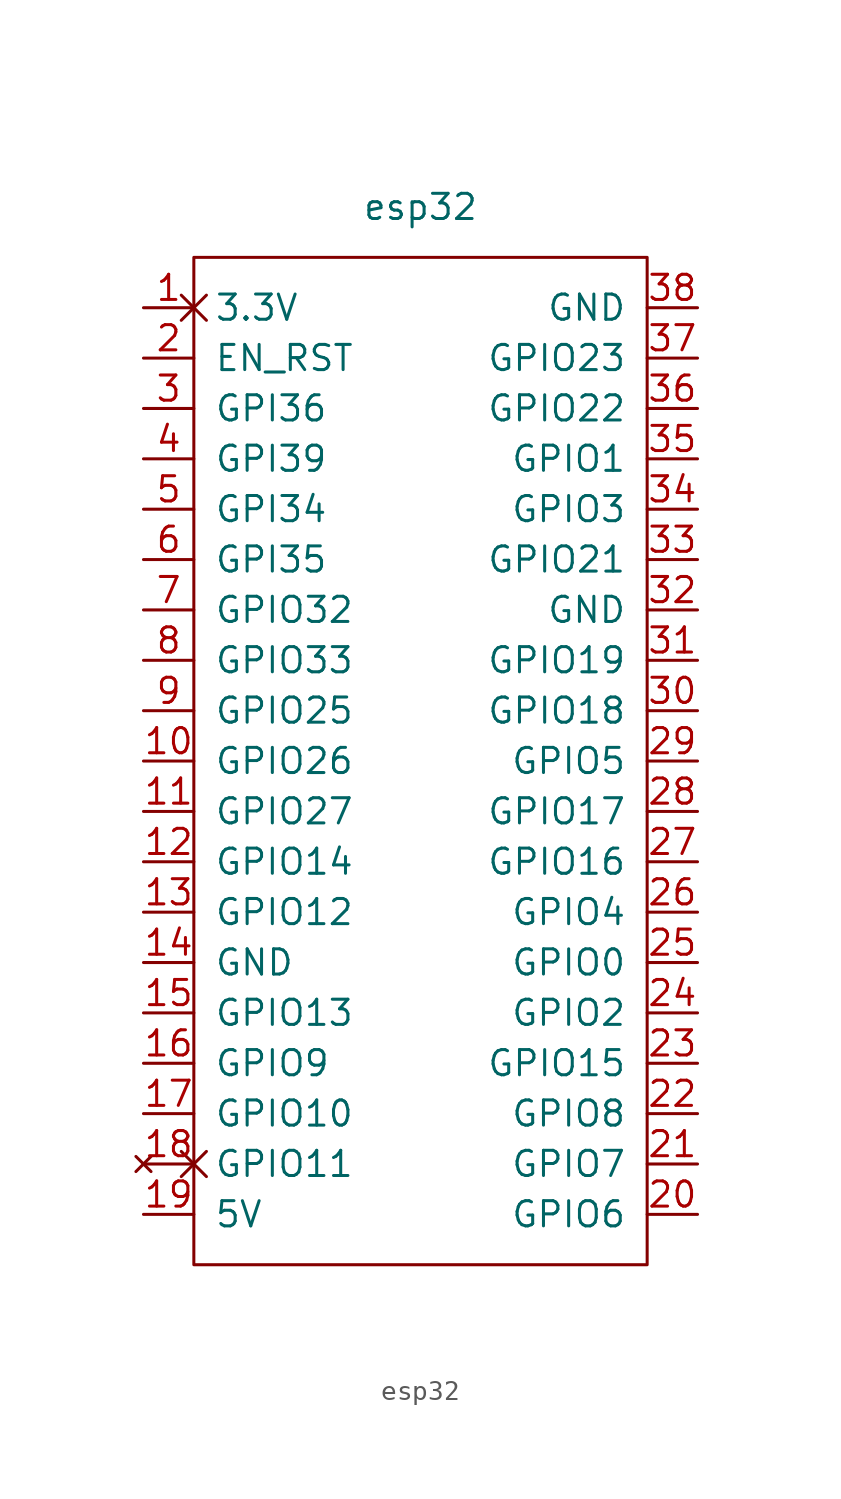
<source format=kicad_sym>
(kicad_symbol_lib
  (version 20211014)
  (generator kicad_symbol_editor)
  (symbol "esp32"
    (pin_names
      (offset 1.016))
    (property "Reference" "U3"
      (at 8.89 12.7 0)
      (effects (font (size 1.27 1.27)) hide))
    (property "Value" "esp32"
      (at 8.89 10.16 0)
      (effects (font (size 1.27 1.27))))
    (symbol "esp32_0_1"
      (rectangle (start -2.54 7.62) (end 20.32 -43.18) (stroke (width 0) (type default) (color 0 0 0 0)) (fill (type none))))
    (symbol "esp32_1_1"
      (pin power_out non_logic (at -5.08 5.08 0) (length 2.54) (name "3.3V" (effects (font (size 1.27 1.27)))) (number "1" (effects (font (size 1.27 1.27)))))
      (pin bidirectional line (at -5.08 -17.78 0) (length 2.54) (name "GPIO26" (effects (font (size 1.27 1.27)))) (number "10" (effects (font (size 1.27 1.27)))))
      (pin bidirectional line (at -5.08 -20.32 0) (length 2.54) (name "GPIO27" (effects (font (size 1.27 1.27)))) (number "11" (effects (font (size 1.27 1.27)))))
      (pin bidirectional line (at -5.08 -22.86 0) (length 2.54) (name "GPIO14" (effects (font (size 1.27 1.27)))) (number "12" (effects (font (size 1.27 1.27)))))
      (pin bidirectional line (at -5.08 -25.4 0) (length 2.54) (name "GPIO12" (effects (font (size 1.27 1.27)))) (number "13" (effects (font (size 1.27 1.27)))))
      (pin power_in line (at -5.08 -27.94 0) (length 2.54) (name "GND" (effects (font (size 1.27 1.27)))) (number "14" (effects (font (size 1.27 1.27)))))
      (pin bidirectional line (at -5.08 -30.48 0) (length 2.54) (name "GPIO13" (effects (font (size 1.27 1.27)))) (number "15" (effects (font (size 1.27 1.27)))))
      (pin bidirectional line (at -5.08 -33.02 0) (length 2.54) (name "GPIO9" (effects (font (size 1.27 1.27)))) (number "16" (effects (font (size 1.27 1.27)))))
      (pin bidirectional line (at -5.08 -35.56 0) (length 2.54) (name "GPIO10" (effects (font (size 1.27 1.27)))) (number "17" (effects (font (size 1.27 1.27)))))
      (pin no_connect non_logic (at -5.08 -38.1 0) (length 2.54) (name "GPIO11" (effects (font (size 1.27 1.27)))) (number "18" (effects (font (size 1.27 1.27)))))
      (pin power_in line (at -5.08 -40.64 0) (length 2.54) (name "5V" (effects (font (size 1.27 1.27)))) (number "19" (effects (font (size 1.27 1.27)))))
      (pin bidirectional line (at -5.08 2.54 0) (length 2.54) (name "EN_RST" (effects (font (size 1.27 1.27)))) (number "2" (effects (font (size 1.27 1.27)))))
      (pin bidirectional line (at 22.86 -40.64 180) (length 2.54) (name "GPIO6" (effects (font (size 1.27 1.27)))) (number "20" (effects (font (size 1.27 1.27)))))
      (pin bidirectional line (at 22.86 -38.1 180) (length 2.54) (name "GPIO7" (effects (font (size 1.27 1.27)))) (number "21" (effects (font (size 1.27 1.27)))))
      (pin bidirectional line (at 22.86 -35.56 180) (length 2.54) (name "GPIO8" (effects (font (size 1.27 1.27)))) (number "22" (effects (font (size 1.27 1.27)))))
      (pin bidirectional line (at 22.86 -33.02 180) (length 2.54) (name "GPIO15" (effects (font (size 1.27 1.27)))) (number "23" (effects (font (size 1.27 1.27)))))
      (pin bidirectional line (at 22.86 -30.48 180) (length 2.54) (name "GPIO2" (effects (font (size 1.27 1.27)))) (number "24" (effects (font (size 1.27 1.27)))))
      (pin bidirectional line (at 22.86 -27.94 180) (length 2.54) (name "GPIO0" (effects (font (size 1.27 1.27)))) (number "25" (effects (font (size 1.27 1.27)))))
      (pin bidirectional line (at 22.86 -25.4 180) (length 2.54) (name "GPIO4" (effects (font (size 1.27 1.27)))) (number "26" (effects (font (size 1.27 1.27)))))
      (pin bidirectional line (at 22.86 -22.86 180) (length 2.54) (name "GPIO16" (effects (font (size 1.27 1.27)))) (number "27" (effects (font (size 1.27 1.27)))))
      (pin bidirectional line (at 22.86 -20.32 180) (length 2.54) (name "GPIO17" (effects (font (size 1.27 1.27)))) (number "28" (effects (font (size 1.27 1.27)))))
      (pin bidirectional line (at 22.86 -17.78 180) (length 2.54) (name "GPIO5" (effects (font (size 1.27 1.27)))) (number "29" (effects (font (size 1.27 1.27)))))
      (pin input line (at -5.08 0 0) (length 2.54) (name "GPI36" (effects (font (size 1.27 1.27)))) (number "3" (effects (font (size 1.27 1.27)))))
      (pin bidirectional line (at 22.86 -15.24 180) (length 2.54) (name "GPIO18" (effects (font (size 1.27 1.27)))) (number "30" (effects (font (size 1.27 1.27)))))
      (pin bidirectional line (at 22.86 -12.7 180) (length 2.54) (name "GPIO19" (effects (font (size 1.27 1.27)))) (number "31" (effects (font (size 1.27 1.27)))))
      (pin tri_state line (at 22.86 -10.16 180) (length 2.54) (name "GND" (effects (font (size 1.27 1.27)))) (number "32" (effects (font (size 1.27 1.27)))))
      (pin bidirectional line (at 22.86 -7.62 180) (length 2.54) (name "GPIO21" (effects (font (size 1.27 1.27)))) (number "33" (effects (font (size 1.27 1.27)))))
      (pin bidirectional line (at 22.86 -5.08 180) (length 2.54) (name "GPIO3" (effects (font (size 1.27 1.27)))) (number "34" (effects (font (size 1.27 1.27)))))
      (pin bidirectional line (at 22.86 -2.54 180) (length 2.54) (name "GPIO1" (effects (font (size 1.27 1.27)))) (number "35" (effects (font (size 1.27 1.27)))))
      (pin bidirectional line (at 22.86 0 180) (length 2.54) (name "GPIO22" (effects (font (size 1.27 1.27)))) (number "36" (effects (font (size 1.27 1.27)))))
      (pin bidirectional line (at 22.86 2.54 180) (length 2.54) (name "GPIO23" (effects (font (size 1.27 1.27)))) (number "37" (effects (font (size 1.27 1.27)))))
      (pin passive line (at 22.86 5.08 180) (length 2.54) (name "GND" (effects (font (size 1.27 1.27)))) (number "38" (effects (font (size 1.27 1.27)))))
      (pin input line (at -5.08 -2.54 0) (length 2.54) (name "GPI39" (effects (font (size 1.27 1.27)))) (number "4" (effects (font (size 1.27 1.27)))))
      (pin input line (at -5.08 -5.08 0) (length 2.54) (name "GPI34" (effects (font (size 1.27 1.27)))) (number "5" (effects (font (size 1.27 1.27)))))
      (pin bidirectional line (at -5.08 -7.62 0) (length 2.54) (name "GPI35" (effects (font (size 1.27 1.27)))) (number "6" (effects (font (size 1.27 1.27)))))
      (pin bidirectional line (at -5.08 -10.16 0) (length 2.54) (name "GPIO32" (effects (font (size 1.27 1.27)))) (number "7" (effects (font (size 1.27 1.27)))))
      (pin bidirectional line (at -5.08 -12.7 0) (length 2.54) (name "GPIO33" (effects (font (size 1.27 1.27)))) (number "8" (effects (font (size 1.27 1.27)))))
      (pin bidirectional line (at -5.08 -15.24 0) (length 2.54) (name "GPIO25" (effects (font (size 1.27 1.27)))) (number "9" (effects (font (size 1.27 1.27))))))))
</source>
